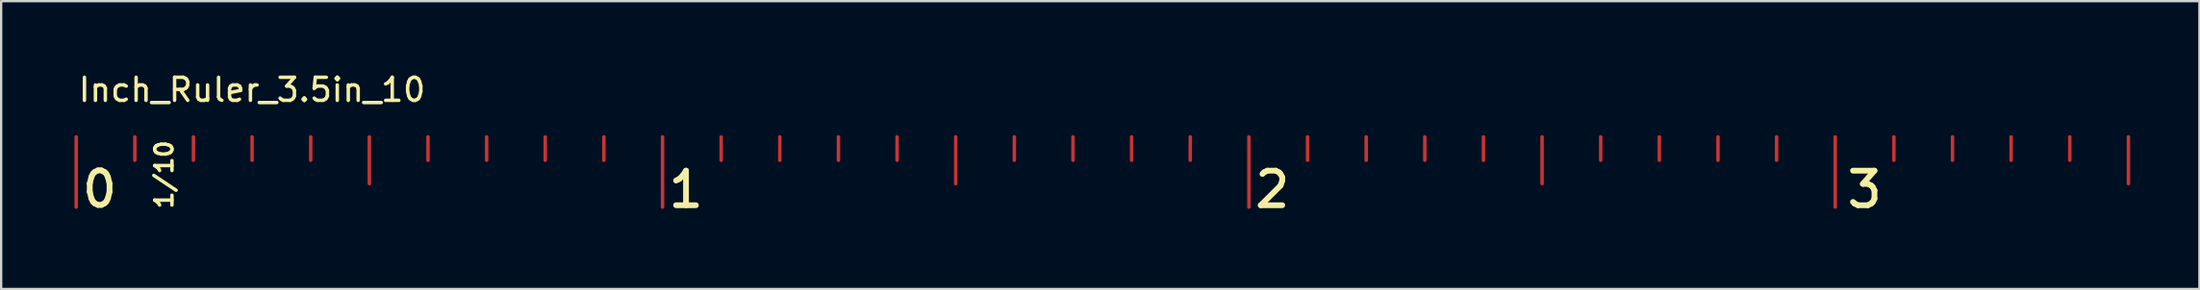
<source format=kicad_pcb>
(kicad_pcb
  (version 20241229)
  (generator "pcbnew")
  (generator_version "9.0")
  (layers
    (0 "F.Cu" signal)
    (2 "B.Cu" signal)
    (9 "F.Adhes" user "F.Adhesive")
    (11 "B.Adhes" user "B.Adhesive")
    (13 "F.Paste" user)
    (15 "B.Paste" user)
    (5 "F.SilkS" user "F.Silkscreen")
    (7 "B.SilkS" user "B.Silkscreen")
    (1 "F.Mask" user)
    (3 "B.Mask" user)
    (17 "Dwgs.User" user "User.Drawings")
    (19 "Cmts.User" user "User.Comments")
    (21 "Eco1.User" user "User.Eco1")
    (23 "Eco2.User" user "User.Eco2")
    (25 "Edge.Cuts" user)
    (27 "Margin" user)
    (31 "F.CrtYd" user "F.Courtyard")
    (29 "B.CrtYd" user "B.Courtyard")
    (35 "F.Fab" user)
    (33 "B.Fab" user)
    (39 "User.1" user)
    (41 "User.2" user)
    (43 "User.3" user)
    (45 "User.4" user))
  (footprint "Inch_Ruler_3.5in_10"
    (layer "F.Cu")
    (at 0.25 2.876)
    (property "Reference" "Inch_Ruler_3.5in_10" (at 7.62 -2.027 0) (layer "F.SilkS") (effects (font (size 1 1) (thickness 0.15))))
    (attr through_hole)
    (fp_line (start 0 0.013) (end 0 3.061) (stroke (width 0.15) (type solid)) (layer "F.Cu"))
    (fp_line (start 2.54 0.013) (end 2.54 1.029) (stroke (width 0.15) (type solid)) (layer "F.Cu"))
    (fp_line (start 5.08 0.013) (end 5.08 1.029) (stroke (width 0.15) (type solid)) (layer "F.Cu"))
    (fp_line (start 7.62 0.013) (end 7.62 1.029) (stroke (width 0.15) (type solid)) (layer "F.Cu"))
    (fp_line (start 10.16 0.013) (end 10.16 1.029) (stroke (width 0.15) (type solid)) (layer "F.Cu"))
    (fp_line (start 12.7 0.013) (end 12.7 2.045) (stroke (width 0.15) (type solid)) (layer "F.Cu"))
    (fp_line (start 15.24 0.013) (end 15.24 1.029) (stroke (width 0.15) (type solid)) (layer "F.Cu"))
    (fp_line (start 17.78 0.013) (end 17.78 1.029) (stroke (width 0.15) (type solid)) (layer "F.Cu"))
    (fp_line (start 20.32 0.013) (end 20.32 1.029) (stroke (width 0.15) (type solid)) (layer "F.Cu"))
    (fp_line (start 22.86 0.013) (end 22.86 1.029) (stroke (width 0.15) (type solid)) (layer "F.Cu"))
    (fp_line (start 25.4 0.013) (end 25.4 3.061) (stroke (width 0.15) (type solid)) (layer "F.Cu"))
    (fp_line (start 27.94 0.013) (end 27.94 1.029) (stroke (width 0.15) (type solid)) (layer "F.Cu"))
    (fp_line (start 30.48 0.013) (end 30.48 1.029) (stroke (width 0.15) (type solid)) (layer "F.Cu"))
    (fp_line (start 33.02 0.013) (end 33.02 1.029) (stroke (width 0.15) (type solid)) (layer "F.Cu"))
    (fp_line (start 35.56 0.013) (end 35.56 1.029) (stroke (width 0.15) (type solid)) (layer "F.Cu"))
    (fp_line (start 38.1 0.013) (end 38.1 2.045) (stroke (width 0.15) (type solid)) (layer "F.Cu"))
    (fp_line (start 40.64 0.013) (end 40.64 1.029) (stroke (width 0.15) (type solid)) (layer "F.Cu"))
    (fp_line (start 43.18 0.013) (end 43.18 1.029) (stroke (width 0.15) (type solid)) (layer "F.Cu"))
    (fp_line (start 45.72 0.013) (end 45.72 1.029) (stroke (width 0.15) (type solid)) (layer "F.Cu"))
    (fp_line (start 48.26 0.013) (end 48.26 1.029) (stroke (width 0.15) (type solid)) (layer "F.Cu"))
    (fp_line (start 50.8 0.013) (end 50.8 3.061) (stroke (width 0.15) (type solid)) (layer "F.Cu"))
    (fp_line (start 53.34 0.013) (end 53.34 1.029) (stroke (width 0.15) (type solid)) (layer "F.Cu"))
    (fp_line (start 55.88 0.013) (end 55.88 1.029) (stroke (width 0.15) (type solid)) (layer "F.Cu"))
    (fp_line (start 58.42 0.013) (end 58.42 1.029) (stroke (width 0.15) (type solid)) (layer "F.Cu"))
    (fp_line (start 60.96 0.013) (end 60.96 1.029) (stroke (width 0.15) (type solid)) (layer "F.Cu"))
    (fp_line (start 63.5 0.013) (end 63.5 2.045) (stroke (width 0.15) (type solid)) (layer "F.Cu"))
    (fp_line (start 66.04 0.013) (end 66.04 1.029) (stroke (width 0.15) (type solid)) (layer "F.Cu"))
    (fp_line (start 68.58 0.013) (end 68.58 1.029) (stroke (width 0.15) (type solid)) (layer "F.Cu"))
    (fp_line (start 71.12 0.013) (end 71.12 1.029) (stroke (width 0.15) (type solid)) (layer "F.Cu"))
    (fp_line (start 73.66 0.013) (end 73.66 1.029) (stroke (width 0.15) (type solid)) (layer "F.Cu"))
    (fp_line (start 76.2 0.013) (end 76.2 3.061) (stroke (width 0.15) (type solid)) (layer "F.Cu"))
    (fp_line (start 78.74 0.013) (end 78.74 1.029) (stroke (width 0.15) (type solid)) (layer "F.Cu"))
    (fp_line (start 81.28 0.013) (end 81.28 1.029) (stroke (width 0.15) (type solid)) (layer "F.Cu"))
    (fp_line (start 83.82 0.013) (end 83.82 1.029) (stroke (width 0.15) (type solid)) (layer "F.Cu"))
    (fp_line (start 86.36 0.013) (end 86.36 1.029) (stroke (width 0.15) (type solid)) (layer "F.Cu"))
    (fp_line (start 88.9 0.013) (end 88.9 2.045) (stroke (width 0.15) (type solid)) (layer "F.Cu"))
    (fp_line (start 0 0.013) (end 0 3.061) (stroke (width 0.15) (type solid)) (layer "F.Mask"))
    (fp_line (start 2.54 0.013) (end 2.54 1.029) (stroke (width 0.15) (type solid)) (layer "F.Mask"))
    (fp_line (start 2.54 1.029) (end 2.54 1.029) (stroke (width 0.15) (type solid)) (layer "F.Mask"))
    (fp_line (start 5.08 0.013) (end 5.08 1.029) (stroke (width 0.15) (type solid)) (layer "F.Mask"))
    (fp_line (start 5.08 1.029) (end 5.08 1.029) (stroke (width 0.15) (type solid)) (layer "F.Mask"))
    (fp_line (start 7.62 0.013) (end 7.62 1.029) (stroke (width 0.15) (type solid)) (layer "F.Mask"))
    (fp_line (start 7.62 1.029) (end 7.62 1.029) (stroke (width 0.15) (type solid)) (layer "F.Mask"))
    (fp_line (start 10.16 0.013) (end 10.16 1.029) (stroke (width 0.15) (type solid)) (layer "F.Mask"))
    (fp_line (start 10.16 1.029) (end 10.16 1.029) (stroke (width 0.15) (type solid)) (layer "F.Mask"))
    (fp_line (start 12.7 0.013) (end 12.7 2.045) (stroke (width 0.15) (type solid)) (layer "F.Mask"))
    (fp_line (start 12.7 2.045) (end 12.7 2.045) (stroke (width 0.15) (type solid)) (layer "F.Mask"))
    (fp_line (start 15.24 0.013) (end 15.24 1.029) (stroke (width 0.15) (type solid)) (layer "F.Mask"))
    (fp_line (start 15.24 1.029) (end 15.24 1.029) (stroke (width 0.15) (type solid)) (layer "F.Mask"))
    (fp_line (start 17.78 0.013) (end 17.78 1.029) (stroke (width 0.15) (type solid)) (layer "F.Mask"))
    (fp_line (start 17.78 1.029) (end 17.78 1.029) (stroke (width 0.15) (type solid)) (layer "F.Mask"))
    (fp_line (start 20.32 0.013) (end 20.32 1.029) (stroke (width 0.15) (type solid)) (layer "F.Mask"))
    (fp_line (start 20.32 1.029) (end 20.32 1.029) (stroke (width 0.15) (type solid)) (layer "F.Mask"))
    (fp_line (start 22.86 0.013) (end 22.86 1.029) (stroke (width 0.15) (type solid)) (layer "F.Mask"))
    (fp_line (start 22.86 1.029) (end 22.86 1.029) (stroke (width 0.15) (type solid)) (layer "F.Mask"))
    (fp_line (start 25.4 0.013) (end 25.4 2.807) (stroke (width 0.15) (type solid)) (layer "F.Mask"))
    (fp_line (start 25.4 2.807) (end 25.4 3.061) (stroke (width 0.15) (type solid)) (layer "F.Mask"))
    (fp_line (start 25.4 3.061) (end 25.4 3.061) (stroke (width 0.15) (type solid)) (layer "F.Mask"))
    (fp_line (start 27.94 0.013) (end 27.94 1.029) (stroke (width 0.15) (type solid)) (layer "F.Mask"))
    (fp_line (start 27.94 1.029) (end 27.94 1.029) (stroke (width 0.15) (type solid)) (layer "F.Mask"))
    (fp_line (start 30.48 0.013) (end 30.48 1.029) (stroke (width 0.15) (type solid)) (layer "F.Mask"))
    (fp_line (start 30.48 1.029) (end 30.48 1.029) (stroke (width 0.15) (type solid)) (layer "F.Mask"))
    (fp_line (start 33.02 0.013) (end 33.02 1.029) (stroke (width 0.15) (type solid)) (layer "F.Mask"))
    (fp_line (start 33.02 1.029) (end 33.02 1.029) (stroke (width 0.15) (type solid)) (layer "F.Mask"))
    (fp_line (start 35.56 0.013) (end 35.56 1.029) (stroke (width 0.15) (type solid)) (layer "F.Mask"))
    (fp_line (start 35.56 1.029) (end 35.56 1.029) (stroke (width 0.15) (type solid)) (layer "F.Mask"))
    (fp_line (start 38.1 0.013) (end 38.1 2.045) (stroke (width 0.15) (type solid)) (layer "F.Mask"))
    (fp_line (start 38.1 2.045) (end 38.1 2.045) (stroke (width 0.15) (type solid)) (layer "F.Mask"))
    (fp_line (start 40.64 0.013) (end 40.64 1.029) (stroke (width 0.15) (type solid)) (layer "F.Mask"))
    (fp_line (start 40.64 1.029) (end 40.64 1.029) (stroke (width 0.15) (type solid)) (layer "F.Mask"))
    (fp_line (start 43.18 0.013) (end 43.18 1.029) (stroke (width 0.15) (type solid)) (layer "F.Mask"))
    (fp_line (start 43.18 1.029) (end 43.18 1.029) (stroke (width 0.15) (type solid)) (layer "F.Mask"))
    (fp_line (start 45.72 0.013) (end 45.72 1.029) (stroke (width 0.15) (type solid)) (layer "F.Mask"))
    (fp_line (start 45.72 1.029) (end 45.72 1.029) (stroke (width 0.15) (type solid)) (layer "F.Mask"))
    (fp_line (start 48.26 0.013) (end 48.26 1.029) (stroke (width 0.15) (type solid)) (layer "F.Mask"))
    (fp_line (start 48.26 1.029) (end 48.26 1.029) (stroke (width 0.15) (type solid)) (layer "F.Mask"))
    (fp_line (start 50.8 0.013) (end 50.8 2.807) (stroke (width 0.15) (type solid)) (layer "F.Mask"))
    (fp_line (start 50.8 2.807) (end 50.8 3.061) (stroke (width 0.15) (type solid)) (layer "F.Mask"))
    (fp_line (start 50.8 3.061) (end 50.8 3.061) (stroke (width 0.15) (type solid)) (layer "F.Mask"))
    (fp_line (start 53.34 0.013) (end 53.34 1.029) (stroke (width 0.15) (type solid)) (layer "F.Mask"))
    (fp_line (start 53.34 1.029) (end 53.34 1.029) (stroke (width 0.15) (type solid)) (layer "F.Mask"))
    (fp_line (start 55.88 0.013) (end 55.88 1.029) (stroke (width 0.15) (type solid)) (layer "F.Mask"))
    (fp_line (start 55.88 1.029) (end 55.88 1.029) (stroke (width 0.15) (type solid)) (layer "F.Mask"))
    (fp_line (start 58.42 0.013) (end 58.42 1.029) (stroke (width 0.15) (type solid)) (layer "F.Mask"))
    (fp_line (start 58.42 1.029) (end 58.42 1.029) (stroke (width 0.15) (type solid)) (layer "F.Mask"))
    (fp_line (start 60.96 0.013) (end 60.96 1.029) (stroke (width 0.15) (type solid)) (layer "F.Mask"))
    (fp_line (start 60.96 1.029) (end 60.96 1.029) (stroke (width 0.15) (type solid)) (layer "F.Mask"))
    (fp_line (start 63.5 0.013) (end 63.5 2.045) (stroke (width 0.15) (type solid)) (layer "F.Mask"))
    (fp_line (start 63.5 2.045) (end 63.5 2.045) (stroke (width 0.15) (type solid)) (layer "F.Mask"))
    (fp_line (start 66.04 0.013) (end 66.04 1.029) (stroke (width 0.15) (type solid)) (layer "F.Mask"))
    (fp_line (start 66.04 1.029) (end 66.04 1.029) (stroke (width 0.15) (type solid)) (layer "F.Mask"))
    (fp_line (start 68.58 0.013) (end 68.58 1.029) (stroke (width 0.15) (type solid)) (layer "F.Mask"))
    (fp_line (start 68.58 1.029) (end 68.58 1.029) (stroke (width 0.15) (type solid)) (layer "F.Mask"))
    (fp_line (start 71.12 0.013) (end 71.12 1.029) (stroke (width 0.15) (type solid)) (layer "F.Mask"))
    (fp_line (start 71.12 1.029) (end 71.12 1.029) (stroke (width 0.15) (type solid)) (layer "F.Mask"))
    (fp_line (start 73.66 0.013) (end 73.66 1.029) (stroke (width 0.15) (type solid)) (layer "F.Mask"))
    (fp_line (start 73.66 1.029) (end 73.66 1.029) (stroke (width 0.15) (type solid)) (layer "F.Mask"))
    (fp_line (start 76.2 0.013) (end 76.2 2.807) (stroke (width 0.15) (type solid)) (layer "F.Mask"))
    (fp_line (start 76.2 2.807) (end 76.2 3.061) (stroke (width 0.15) (type solid)) (layer "F.Mask"))
    (fp_line (start 76.2 3.061) (end 76.2 3.061) (stroke (width 0.15) (type solid)) (layer "F.Mask"))
    (fp_line (start 78.74 0.013) (end 78.74 1.029) (stroke (width 0.15) (type solid)) (layer "F.Mask"))
    (fp_line (start 78.74 1.029) (end 78.74 1.029) (stroke (width 0.15) (type solid)) (layer "F.Mask"))
    (fp_line (start 81.28 0.013) (end 81.28 1.029) (stroke (width 0.15) (type solid)) (layer "F.Mask"))
    (fp_line (start 81.28 1.029) (end 81.28 1.029) (stroke (width 0.15) (type solid)) (layer "F.Mask"))
    (fp_line (start 83.82 0.013) (end 83.82 1.029) (stroke (width 0.15) (type solid)) (layer "F.Mask"))
    (fp_line (start 83.82 1.029) (end 83.82 1.029) (stroke (width 0.15) (type solid)) (layer "F.Mask"))
    (fp_line (start 86.36 0.013) (end 86.36 1.029) (stroke (width 0.15) (type solid)) (layer "F.Mask"))
    (fp_line (start 86.36 1.029) (end 86.36 1.029) (stroke (width 0.15) (type solid)) (layer "F.Mask"))
    (fp_line (start 88.9 0.013) (end 88.9 2.045) (stroke (width 0.15) (type solid)) (layer "F.Mask"))
    (fp_line (start 88.9 2.045) (end 88.9 2.045) (stroke (width 0.15) (type solid)) (layer "F.Mask"))
    (fp_text user "3" (at 77.47 2.299 0) (layer "F.SilkS") (effects (font (size 1.5 1.5) (thickness 0.25))))
    (fp_text user "1/10" (at 3.81 1.651 90) (layer "F.SilkS") (effects (font (size 0.75 0.75) (thickness 0.15))))
    (fp_text user "2" (at 51.816 2.299 0) (layer "F.SilkS") (effects (font (size 1.5 1.5) (thickness 0.25))))
    (fp_text user "0" (at 1.016 2.286 0) (layer "F.SilkS") (effects (font (size 1.5 1.5) (thickness 0.25))))
    (fp_text user "1" (at 26.416 2.299 0) (layer "F.SilkS") (effects (font (size 1.5 1.5) (thickness 0.25)))))
  (gr_rect
    (start -3 -3)
    (end 92.225 9.491)
    (stroke (width 0.1) (type default))
    (fill no)
    (layer "Edge.Cuts")))
</source>
